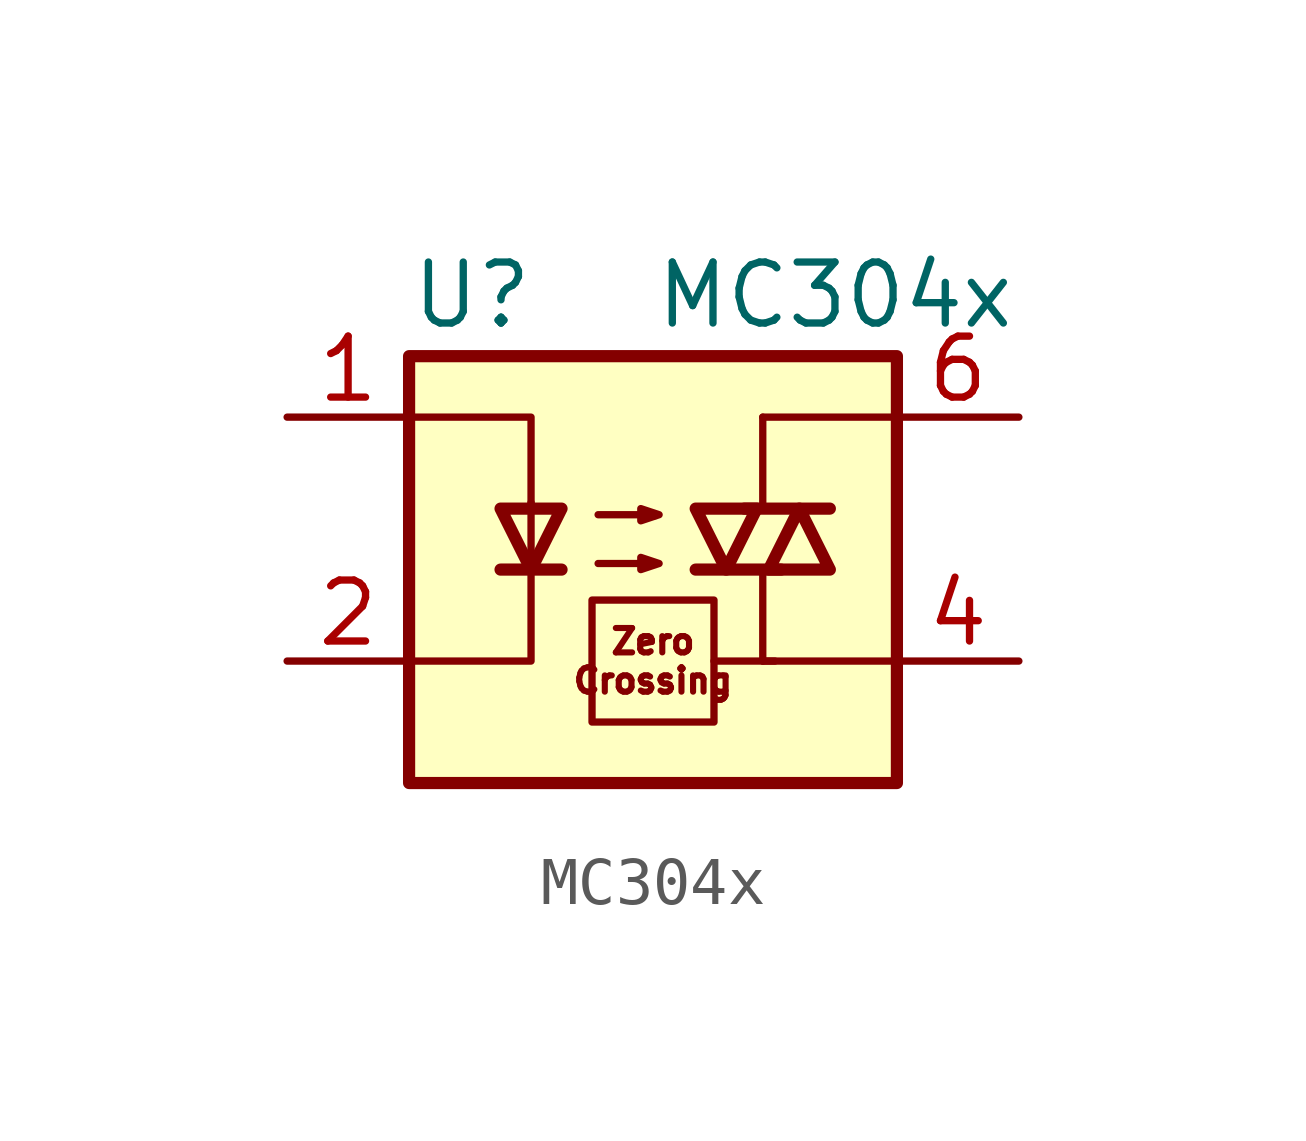
<source format=kicad_sym>
(kicad_symbol_lib
  (version 20241209)
  (generator "kicad_symbol_editor")
  (generator_version "9.0")
  (symbol "MC304x"
    (pin_names
      (offset 1.016))
    (property "Reference" "U"
      (at -5.08 5.08 0)
      (effects (font (size 1.27 1.27)) (justify left)))
    (property "Value" "MC304x"
      (at 0 5.08 0)
      (effects (font (size 1.27 1.27)) (justify left)))
    (symbol "MC304x_0_1"
      (rectangle (start -5.08 3.81) (end 5.08 -5.08) (stroke (width 0.254) (type default)) (fill (type background)))
      (polyline (pts (xy -5.08 2.54) (xy -2.54 2.54) (xy -2.54 0.635)) (stroke (width 0) (type default)) (fill (type none)))
      (polyline (pts (xy -3.175 -0.635) (xy -1.905 -0.635)) (stroke (width 0.254) (type default)) (fill (type none)))
      (polyline (pts (xy -2.54 0.762) (xy -2.54 -2.54) (xy -5.08 -2.54)) (stroke (width 0) (type default)) (fill (type none)))
      (polyline (pts (xy -2.54 -0.635) (xy -3.175 0.635) (xy -1.905 0.635) (xy -2.54 -0.635)) (stroke (width 0.254) (type default)) (fill (type none)))
      (rectangle (start -1.27 -1.27) (end 1.27 -3.81) (stroke (width 0) (type default)) (fill (type none)))
      (polyline (pts (xy -1.143 0.508) (xy 0.127 0.508) (xy -0.254 0.381) (xy -0.254 0.635) (xy 0.127 0.508)) (stroke (width 0) (type default)) (fill (type none)))
      (polyline (pts (xy -1.143 -0.508) (xy 0.127 -0.508) (xy -0.254 -0.635) (xy -0.254 -0.381) (xy 0.127 -0.508)) (stroke (width 0) (type default)) (fill (type none)))
      (polyline (pts (xy 1.27 -2.54) (xy 2.54 -2.54)) (stroke (width 0) (type default)) (fill (type none)))
      (polyline (pts (xy 1.524 -0.635) (xy 2.159 0.635) (xy 0.889 0.635) (xy 1.524 -0.635)) (stroke (width 0.254) (type default)) (fill (type none)))
      (polyline (pts (xy 1.905 0.635) (xy 3.683 0.635)) (stroke (width 0.254) (type default)) (fill (type none)))
      (polyline (pts (xy 2.286 2.54) (xy 2.286 0.635)) (stroke (width 0) (type default)) (fill (type none)))
      (polyline (pts (xy 2.286 2.54) (xy 5.08 2.54)) (stroke (width 0) (type default)) (fill (type none)))
      (polyline (pts (xy 2.286 -2.54) (xy 2.286 -0.635)) (stroke (width 0) (type default)) (fill (type none)))
      (polyline (pts (xy 2.286 -2.54) (xy 5.08 -2.54)) (stroke (width 0) (type default)) (fill (type none)))
      (polyline (pts (xy 2.667 -0.635) (xy 0.889 -0.635)) (stroke (width 0.254) (type default)) (fill (type none)))
      (polyline (pts (xy 3.048 0.635) (xy 2.413 -0.635) (xy 3.683 -0.635) (xy 3.048 0.635)) (stroke (width 0.254) (type default)) (fill (type none))))
    (symbol "MC304x_1_1"
      (text "Zero\nCrossing" (at 0 -2.54 0) (effects (font (size 0.508 0.508))))
      (pin passive line (at -7.62 2.54 0) (length 2.54) (name "~" (effects (font (size 1.27 1.27)))) (number "1" (effects (font (size 1.27 1.27)))))
      (pin passive line (at -7.62 -2.54 0) (length 2.54) (name "~" (effects (font (size 1.27 1.27)))) (number "2" (effects (font (size 1.27 1.27)))))
      (pin no_connect line (at -5.08 0 0) (length 2.54) (hide yes) (name "NC" (effects (font (size 1.27 1.27)))) (number "3" (effects (font (size 1.27 1.27)))))
      (pin passive line (at 7.62 2.54 180) (length 2.54) (name "~" (effects (font (size 1.27 1.27)))) (number "6" (effects (font (size 1.27 1.27)))))
      (pin passive line (at 7.62 -2.54 180) (length 2.54) (name "~" (effects (font (size 1.27 1.27)))) (number "4" (effects (font (size 1.27 1.27))))))))
</source>
